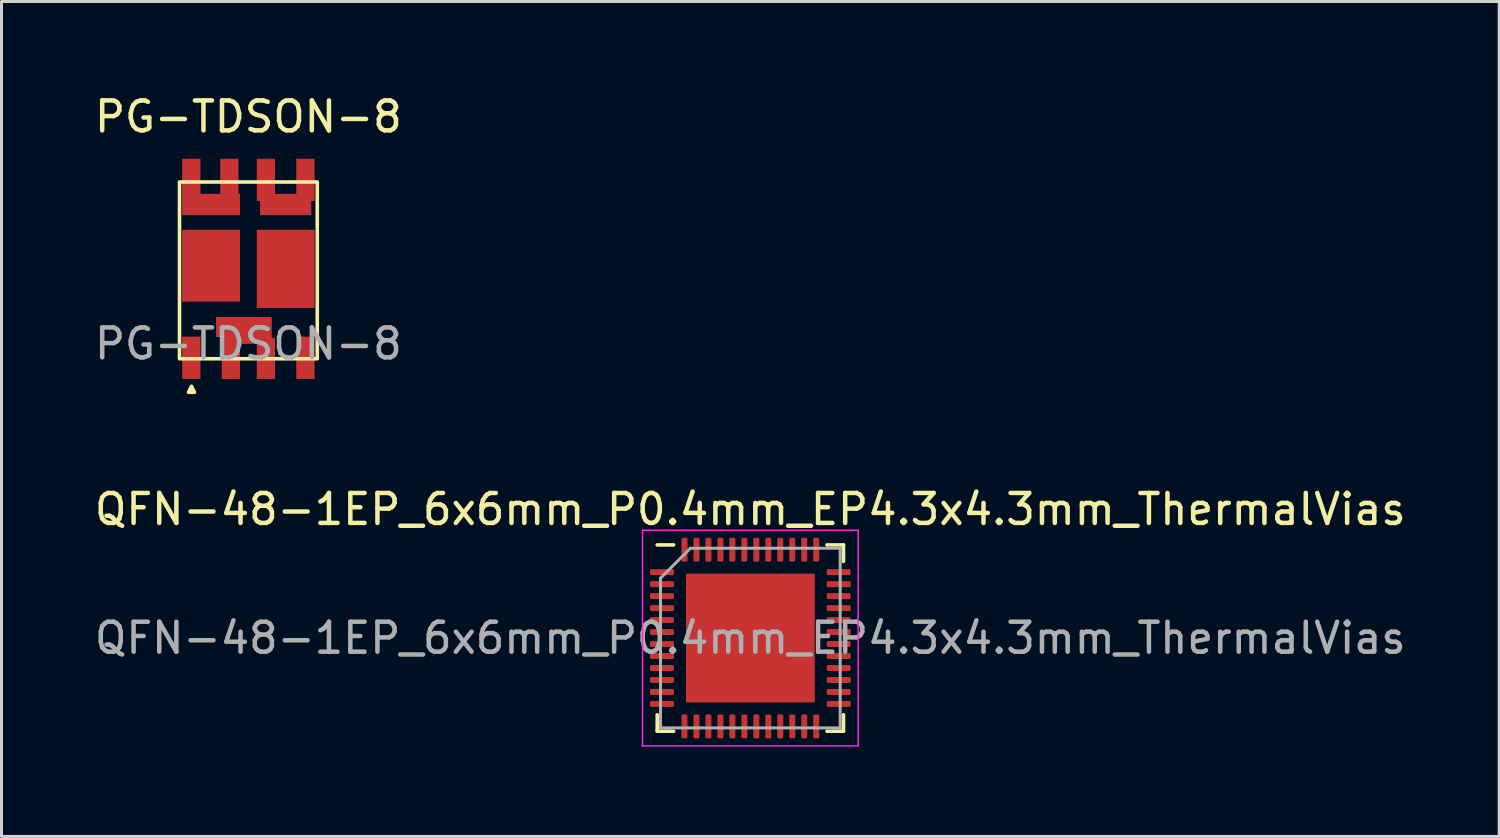
<source format=kicad_pcb>
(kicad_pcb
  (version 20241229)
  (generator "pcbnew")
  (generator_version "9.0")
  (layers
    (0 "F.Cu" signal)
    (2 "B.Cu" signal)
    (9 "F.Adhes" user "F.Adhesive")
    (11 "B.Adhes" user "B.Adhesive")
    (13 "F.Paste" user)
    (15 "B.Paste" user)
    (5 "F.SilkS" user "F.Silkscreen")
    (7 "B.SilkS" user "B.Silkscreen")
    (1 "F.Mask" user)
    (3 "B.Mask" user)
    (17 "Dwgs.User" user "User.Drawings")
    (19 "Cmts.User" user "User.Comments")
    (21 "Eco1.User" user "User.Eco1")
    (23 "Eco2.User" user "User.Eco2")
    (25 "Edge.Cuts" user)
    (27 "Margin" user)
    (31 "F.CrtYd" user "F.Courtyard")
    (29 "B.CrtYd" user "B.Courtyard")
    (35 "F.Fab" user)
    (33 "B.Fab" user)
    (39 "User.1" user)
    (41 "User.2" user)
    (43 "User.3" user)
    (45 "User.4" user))
  (footprint "QFN-48-1EP_6x6mm_P0.4mm_EP4.3x4.3mm_ThermalVias"
    (layer "F.Cu")
    (at 22.006 18.256)
    (property "Reference" "QFN-48-1EP_6x6mm_P0.4mm_EP4.3x4.3mm_ThermalVias" (at 0 -4.3 0) (layer "F.SilkS") (effects (font (size 1 1) (thickness 0.15))))
    (attr smd)
    (fp_line (start -3.11 3.11) (end -3.11 2.56) (stroke (width 0.12) (type solid)) (layer "F.SilkS"))
    (fp_line (start -2.56 -3.11) (end -3.11 -3.11) (stroke (width 0.12) (type solid)) (layer "F.SilkS"))
    (fp_line (start -2.56 3.11) (end -3.11 3.11) (stroke (width 0.12) (type solid)) (layer "F.SilkS"))
    (fp_line (start 2.56 -3.11) (end 3.11 -3.11) (stroke (width 0.12) (type solid)) (layer "F.SilkS"))
    (fp_line (start 2.56 3.11) (end 3.11 3.11) (stroke (width 0.12) (type solid)) (layer "F.SilkS"))
    (fp_line (start 3.11 -3.11) (end 3.11 -2.56) (stroke (width 0.12) (type solid)) (layer "F.SilkS"))
    (fp_line (start 3.11 3.11) (end 3.11 2.56) (stroke (width 0.12) (type solid)) (layer "F.SilkS"))
    (fp_line (start -3.6 -3.6) (end -3.6 3.6) (stroke (width 0.05) (type solid)) (layer "F.CrtYd"))
    (fp_line (start -3.6 3.6) (end 3.6 3.6) (stroke (width 0.05) (type solid)) (layer "F.CrtYd"))
    (fp_line (start 3.6 -3.6) (end -3.6 -3.6) (stroke (width 0.05) (type solid)) (layer "F.CrtYd"))
    (fp_line (start 3.6 3.6) (end 3.6 -3.6) (stroke (width 0.05) (type solid)) (layer "F.CrtYd"))
    (fp_line (start -3 -2) (end -2 -3) (stroke (width 0.1) (type solid)) (layer "F.Fab"))
    (fp_line (start -3 3) (end -3 -2) (stroke (width 0.1) (type solid)) (layer "F.Fab"))
    (fp_line (start -2 -3) (end 3 -3) (stroke (width 0.1) (type solid)) (layer "F.Fab"))
    (fp_line (start 3 -3) (end 3 3) (stroke (width 0.1) (type solid)) (layer "F.Fab"))
    (fp_line (start 3 3) (end -3 3) (stroke (width 0.1) (type solid)) (layer "F.Fab"))
    (fp_text user "${REFERENCE}" (at 0 0 0) (layer "F.Fab") (effects (font (size 1 1) (thickness 0.15))))
    (pad "" smd custom (at -1.267 -1.267) (size 1.034 1.034) (layers "F.Paste") (options (anchor circle)) (primitives (gr_poly (pts (xy -0.456 -0.356) (xy -0.356 -0.456) (xy 0.356 -0.456) (xy 0.456 -0.356) (xy 0.456 0.356) (xy 0.356 0.456) (xy -0.356 0.456) (xy -0.456 0.356)) (width 0.243) (fill yes))))
    (pad "" smd custom (at -1.267 0) (size 1.034 1.034) (layers "F.Paste") (options (anchor circle)) (primitives (gr_poly (pts (xy -0.456 -0.356) (xy -0.356 -0.456) (xy 0.356 -0.456) (xy 0.456 -0.356) (xy 0.456 0.356) (xy 0.356 0.456) (xy -0.356 0.456) (xy -0.456 0.356)) (width 0.243) (fill yes))))
    (pad "" smd custom (at -1.267 1.267) (size 1.034 1.034) (layers "F.Paste") (options (anchor circle)) (primitives (gr_poly (pts (xy -0.456 -0.356) (xy -0.356 -0.456) (xy 0.356 -0.456) (xy 0.456 -0.356) (xy 0.456 0.356) (xy 0.356 0.456) (xy -0.356 0.456) (xy -0.456 0.356)) (width 0.243) (fill yes))))
    (pad "" smd custom (at 0 -1.267) (size 1.034 1.034) (layers "F.Paste") (options (anchor circle)) (primitives (gr_poly (pts (xy -0.456 -0.356) (xy -0.356 -0.456) (xy 0.356 -0.456) (xy 0.456 -0.356) (xy 0.456 0.356) (xy 0.356 0.456) (xy -0.356 0.456) (xy -0.456 0.356)) (width 0.243) (fill yes))))
    (pad "" smd custom (at 0 0) (size 1.034 1.034) (layers "F.Paste") (options (anchor circle)) (primitives (gr_poly (pts (xy -0.456 -0.356) (xy -0.356 -0.456) (xy 0.356 -0.456) (xy 0.456 -0.356) (xy 0.456 0.356) (xy 0.356 0.456) (xy -0.356 0.456) (xy -0.456 0.356)) (width 0.243) (fill yes))))
    (pad "" smd custom (at 0 1.267) (size 1.034 1.034) (layers "F.Paste") (options (anchor circle)) (primitives (gr_poly (pts (xy -0.456 -0.356) (xy -0.356 -0.456) (xy 0.356 -0.456) (xy 0.456 -0.356) (xy 0.456 0.356) (xy 0.356 0.456) (xy -0.356 0.456) (xy -0.456 0.356)) (width 0.243) (fill yes))))
    (pad "" smd custom (at 1.267 -1.267) (size 1.034 1.034) (layers "F.Paste") (options (anchor circle)) (primitives (gr_poly (pts (xy -0.456 -0.356) (xy -0.356 -0.456) (xy 0.356 -0.456) (xy 0.456 -0.356) (xy 0.456 0.356) (xy 0.356 0.456) (xy -0.356 0.456) (xy -0.456 0.356)) (width 0.243) (fill yes))))
    (pad "" smd custom (at 1.267 0) (size 1.034 1.034) (layers "F.Paste") (options (anchor circle)) (primitives (gr_poly (pts (xy -0.456 -0.356) (xy -0.356 -0.456) (xy 0.356 -0.456) (xy 0.456 -0.356) (xy 0.456 0.356) (xy 0.356 0.456) (xy -0.356 0.456) (xy -0.456 0.356)) (width 0.243) (fill yes))))
    (pad "" smd custom (at 1.267 1.267) (size 1.034 1.034) (layers "F.Paste") (options (anchor circle)) (primitives (gr_poly (pts (xy -0.456 -0.356) (xy -0.356 -0.456) (xy 0.356 -0.456) (xy 0.456 -0.356) (xy 0.456 0.356) (xy 0.356 0.456) (xy -0.356 0.456) (xy -0.456 0.356)) (width 0.243) (fill yes))))
    (pad "1" smd roundrect (at -2.95 -2.2) (size 0.8 0.2) (layers "F.Cu" "F.Mask" "F.Paste") (roundrect_rratio 0.25))
    (pad "2" smd roundrect (at -2.95 -1.8) (size 0.8 0.2) (layers "F.Cu" "F.Mask" "F.Paste") (roundrect_rratio 0.25))
    (pad "3" smd roundrect (at -2.95 -1.4) (size 0.8 0.2) (layers "F.Cu" "F.Mask" "F.Paste") (roundrect_rratio 0.25))
    (pad "4" smd roundrect (at -2.95 -1) (size 0.8 0.2) (layers "F.Cu" "F.Mask" "F.Paste") (roundrect_rratio 0.25))
    (pad "5" smd roundrect (at -2.95 -0.6) (size 0.8 0.2) (layers "F.Cu" "F.Mask" "F.Paste") (roundrect_rratio 0.25))
    (pad "6" smd roundrect (at -2.95 -0.2) (size 0.8 0.2) (layers "F.Cu" "F.Mask" "F.Paste") (roundrect_rratio 0.25))
    (pad "7" smd roundrect (at -2.95 0.2) (size 0.8 0.2) (layers "F.Cu" "F.Mask" "F.Paste") (roundrect_rratio 0.25))
    (pad "8" smd roundrect (at -2.95 0.6) (size 0.8 0.2) (layers "F.Cu" "F.Mask" "F.Paste") (roundrect_rratio 0.25))
    (pad "9" smd roundrect (at -2.95 1) (size 0.8 0.2) (layers "F.Cu" "F.Mask" "F.Paste") (roundrect_rratio 0.25))
    (pad "10" smd roundrect (at -2.95 1.4) (size 0.8 0.2) (layers "F.Cu" "F.Mask" "F.Paste") (roundrect_rratio 0.25))
    (pad "11" smd roundrect (at -2.95 1.8) (size 0.8 0.2) (layers "F.Cu" "F.Mask" "F.Paste") (roundrect_rratio 0.25))
    (pad "12" smd roundrect (at -2.95 2.2) (size 0.8 0.2) (layers "F.Cu" "F.Mask" "F.Paste") (roundrect_rratio 0.25))
    (pad "13" smd roundrect (at -2.2 2.95) (size 0.2 0.8) (layers "F.Cu" "F.Mask" "F.Paste") (roundrect_rratio 0.25))
    (pad "14" smd roundrect (at -1.8 2.95) (size 0.2 0.8) (layers "F.Cu" "F.Mask" "F.Paste") (roundrect_rratio 0.25))
    (pad "15" smd roundrect (at -1.4 2.95) (size 0.2 0.8) (layers "F.Cu" "F.Mask" "F.Paste") (roundrect_rratio 0.25))
    (pad "16" smd roundrect (at -1 2.95) (size 0.2 0.8) (layers "F.Cu" "F.Mask" "F.Paste") (roundrect_rratio 0.25))
    (pad "17" smd roundrect (at -0.6 2.95) (size 0.2 0.8) (layers "F.Cu" "F.Mask" "F.Paste") (roundrect_rratio 0.25))
    (pad "18" smd roundrect (at -0.2 2.95) (size 0.2 0.8) (layers "F.Cu" "F.Mask" "F.Paste") (roundrect_rratio 0.25))
    (pad "19" smd roundrect (at 0.2 2.95) (size 0.2 0.8) (layers "F.Cu" "F.Mask" "F.Paste") (roundrect_rratio 0.25))
    (pad "20" smd roundrect (at 0.6 2.95) (size 0.2 0.8) (layers "F.Cu" "F.Mask" "F.Paste") (roundrect_rratio 0.25))
    (pad "21" smd roundrect (at 1 2.95) (size 0.2 0.8) (layers "F.Cu" "F.Mask" "F.Paste") (roundrect_rratio 0.25))
    (pad "22" smd roundrect (at 1.4 2.95) (size 0.2 0.8) (layers "F.Cu" "F.Mask" "F.Paste") (roundrect_rratio 0.25))
    (pad "23" smd roundrect (at 1.8 2.95) (size 0.2 0.8) (layers "F.Cu" "F.Mask" "F.Paste") (roundrect_rratio 0.25))
    (pad "24" smd roundrect (at 2.2 2.95) (size 0.2 0.8) (layers "F.Cu" "F.Mask" "F.Paste") (roundrect_rratio 0.25))
    (pad "25" smd roundrect (at 2.95 2.2) (size 0.8 0.2) (layers "F.Cu" "F.Mask" "F.Paste") (roundrect_rratio 0.25))
    (pad "26" smd roundrect (at 2.95 1.8) (size 0.8 0.2) (layers "F.Cu" "F.Mask" "F.Paste") (roundrect_rratio 0.25))
    (pad "27" smd roundrect (at 2.95 1.4) (size 0.8 0.2) (layers "F.Cu" "F.Mask" "F.Paste") (roundrect_rratio 0.25))
    (pad "28" smd roundrect (at 2.95 1) (size 0.8 0.2) (layers "F.Cu" "F.Mask" "F.Paste") (roundrect_rratio 0.25))
    (pad "29" smd roundrect (at 2.95 0.6) (size 0.8 0.2) (layers "F.Cu" "F.Mask" "F.Paste") (roundrect_rratio 0.25))
    (pad "30" smd roundrect (at 2.95 0.2) (size 0.8 0.2) (layers "F.Cu" "F.Mask" "F.Paste") (roundrect_rratio 0.25))
    (pad "31" smd roundrect (at 2.95 -0.2) (size 0.8 0.2) (layers "F.Cu" "F.Mask" "F.Paste") (roundrect_rratio 0.25))
    (pad "32" smd roundrect (at 2.95 -0.6) (size 0.8 0.2) (layers "F.Cu" "F.Mask" "F.Paste") (roundrect_rratio 0.25))
    (pad "33" smd roundrect (at 2.95 -1) (size 0.8 0.2) (layers "F.Cu" "F.Mask" "F.Paste") (roundrect_rratio 0.25))
    (pad "34" smd roundrect (at 2.95 -1.4) (size 0.8 0.2) (layers "F.Cu" "F.Mask" "F.Paste") (roundrect_rratio 0.25))
    (pad "35" smd roundrect (at 2.95 -1.8) (size 0.8 0.2) (layers "F.Cu" "F.Mask" "F.Paste") (roundrect_rratio 0.25))
    (pad "36" smd roundrect (at 2.95 -2.2) (size 0.8 0.2) (layers "F.Cu" "F.Mask" "F.Paste") (roundrect_rratio 0.25))
    (pad "37" smd roundrect (at 2.2 -2.95) (size 0.2 0.8) (layers "F.Cu" "F.Mask" "F.Paste") (roundrect_rratio 0.25))
    (pad "38" smd roundrect (at 1.8 -2.95) (size 0.2 0.8) (layers "F.Cu" "F.Mask" "F.Paste") (roundrect_rratio 0.25))
    (pad "39" smd roundrect (at 1.4 -2.95) (size 0.2 0.8) (layers "F.Cu" "F.Mask" "F.Paste") (roundrect_rratio 0.25))
    (pad "40" smd roundrect (at 1 -2.95) (size 0.2 0.8) (layers "F.Cu" "F.Mask" "F.Paste") (roundrect_rratio 0.25))
    (pad "41" smd roundrect (at 0.6 -2.95) (size 0.2 0.8) (layers "F.Cu" "F.Mask" "F.Paste") (roundrect_rratio 0.25))
    (pad "42" smd roundrect (at 0.2 -2.95) (size 0.2 0.8) (layers "F.Cu" "F.Mask" "F.Paste") (roundrect_rratio 0.25))
    (pad "43" smd roundrect (at -0.2 -2.95) (size 0.2 0.8) (layers "F.Cu" "F.Mask" "F.Paste") (roundrect_rratio 0.25))
    (pad "44" smd roundrect (at -0.6 -2.95) (size 0.2 0.8) (layers "F.Cu" "F.Mask" "F.Paste") (roundrect_rratio 0.25))
    (pad "45" smd roundrect (at -1 -2.95) (size 0.2 0.8) (layers "F.Cu" "F.Mask" "F.Paste") (roundrect_rratio 0.25))
    (pad "46" smd roundrect (at -1.4 -2.95) (size 0.2 0.8) (layers "F.Cu" "F.Mask" "F.Paste") (roundrect_rratio 0.25))
    (pad "47" smd roundrect (at -1.8 -2.95) (size 0.2 0.8) (layers "F.Cu" "F.Mask" "F.Paste") (roundrect_rratio 0.25))
    (pad "48" smd roundrect (at -2.2 -2.95) (size 0.2 0.8) (layers "F.Cu" "F.Mask" "F.Paste") (roundrect_rratio 0.25))
    (pad "EP" smd rect (at 0 0) (size 4.3 4.3) (layers "F.Cu" "F.Mask")))
  (footprint "PG-TDSON-8"
    (layer "F.Cu")
    (at 5.244 5.928)
    (property "Reference" "PG-TDSON-8" (at 0 -5.08 0) (unlocked yes) (layer "F.SilkS") (effects (font (size 1 1) (thickness 0.15))))
    (attr smd)
    (fp_rect (start -2.3 -2.9) (end 2.3 3) (stroke (width 0.12) (type default)) (fill no) (layer "F.SilkS"))
    (fp_poly (pts (xy -2 4.12) (xy -1.9 3.92) (xy -1.8 4.12)) (stroke (width 0.12) (type solid)) (fill yes) (layer "F.SilkS"))
    (fp_rect (start -2.15 -3.615) (end -1.66 -2.535) (stroke (width 0) (type solid)) (fill yes) (layer "F.Paste"))
    (fp_rect (start -1.948 -2.36) (end -0.512 -1.94) (stroke (width 0) (type solid)) (fill yes) (layer "F.Paste"))
    (fp_rect (start -1.895 -0.985) (end -0.595 -0.305) (stroke (width 0) (type solid)) (fill yes) (layer "F.Paste"))
    (fp_rect (start -1.895 0.095) (end -0.595 0.775) (stroke (width 0) (type solid)) (fill yes) (layer "F.Paste"))
    (fp_rect (start -0.94 1.71) (end 0.65 2.16) (stroke (width 0) (type solid)) (fill yes) (layer "F.Paste"))
    (fp_rect (start -0.88 -3.615) (end -0.39 -2.535) (stroke (width 0) (type solid)) (fill yes) (layer "F.Paste"))
    (fp_rect (start -0.83 2.32) (end -0.34 3.63) (stroke (width 0) (type solid)) (fill yes) (layer "F.Paste"))
    (fp_rect (start 0.34 -3.615) (end 0.83 -2.535) (stroke (width 0) (type solid)) (fill yes) (layer "F.Paste"))
    (fp_rect (start 0.35 2.37) (end 0.84 3.63) (stroke (width 0) (type solid)) (fill yes) (layer "F.Paste"))
    (fp_rect (start 0.595 -1.005) (end 1.895 -0.225) (stroke (width 0) (type solid)) (fill yes) (layer "F.Paste"))
    (fp_rect (start 0.595 0.225) (end 1.895 1.005) (stroke (width 0) (type solid)) (fill yes) (layer "F.Paste"))
    (fp_rect (start 0.795 -2.36) (end 1.705 -1.91) (stroke (width 0) (type solid)) (fill yes) (layer "F.Paste"))
    (fp_rect (start 1.66 -3.605) (end 2.15 -2.525) (stroke (width 0) (type solid)) (fill yes) (layer "F.Paste"))
    (fp_text user "${REFERENCE}" (at 0 2.5 0) (unlocked yes) (layer "F.Fab") (effects (font (size 1 1) (thickness 0.15))))
    (pad "DH" smd custom (at -1.21 -0.12) (size 0.1 0.1) (layers "F.Cu" "F.Mask") (options (anchor rect)) (primitives (gr_poly (pts (xy 0.925 1.21) (xy -0.995 1.21) (xy -0.995 -1.18) (xy 0.925 -1.18)) (width 0.01) (fill yes))))
    (pad "DH" smd custom (at -0.65 -2.95) (size 0.1 0.1) (layers "F.Cu" "F.Mask") (options (anchor rect)) (primitives (gr_poly (pts (xy 0.315 -0.72) (xy 0.315 0.45) (xy 0.365 0.45) (xy 0.365 1.15) (xy -1.555 1.15) (xy -1.555 -0.72) (xy -0.955 -0.72) (xy -0.955 0.45) (xy -0.285 0.45) (xy -0.285 -0.72)) (width 0.01) (fill yes))))
    (pad "GH" smd custom (at -1.92 2.89) (size 0.1 0.1) (layers "F.Cu" "F.Mask" "F.Paste") (options (anchor rect)) (primitives (gr_poly (pts (xy 0.315 0.78) (xy -0.285 0.78) (xy -0.285 -0.62) (xy 0.315 -0.62)) (width 0.01) (fill yes))))
    (pad "GL" smd custom (at 1.91 2.96) (size 0.1 0.1) (layers "F.Cu" "F.Mask" "F.Paste") (options (anchor rect)) (primitives (gr_poly (pts (xy 0.295 0.71) (xy -0.305 0.71) (xy -0.305 -0.69) (xy 0.295 -0.69)) (width 0.01) (fill yes))))
    (pad "SL" smd custom (at 1.9 -2.97) (size 0.1 0.1) (layers "F.Cu" "F.Mask") (options (anchor rect)) (primitives (gr_poly (pts (xy 0.195 1.17) (xy -1.505 1.17) (xy -1.505 0.7) (xy -1.615 0.7) (xy -1.615 -0.7) (xy -1.015 -0.7) (xy -1.015 0.47) (xy -0.295 0.47) (xy -0.295 -0.7) (xy 0.305 -0.7) (xy 0.305 0.7) (xy 0.195 0.7)) (width 0.01) (fill yes))))
    (pad "SW" smd custom (at 0.36 1.82) (size 0.1 0.1) (layers "F.Cu" "F.Mask") (options (anchor rect)) (primitives (gr_poly (pts (xy -1.245 1.85) (xy -0.645 1.85) (xy -0.645 0.68) (xy -0.075 0.68) (xy -0.075 1.85) (xy 0.525 1.85) (xy 0.525 0.49) (xy 0.415 0.49) (xy 0.415 -0.21) (xy -1.435 -0.21) (xy -1.435 0.45) (xy -1.245 0.45)) (width 0.01) (fill yes))))
    (pad "SW" smd custom (at 1.26 -0.13) (size 0.1 0.1) (layers "F.Cu" "F.Mask") (options (anchor rect)) (primitives (gr_poly (pts (xy 0.945 1.43) (xy -0.975 1.43) (xy -0.975 -1.17) (xy 0.945 -1.17)) (width 0.01) (fill yes))))
    (zone (net_name "") (layer "F.Cu") (hatch edge 0.5) (connect_pads) (min_thickness 0.25) (filled_areas_thickness no) (keepout (tracks not_allowed) (vias not_allowed) (pads not_allowed) (copperpour allowed) (footprints allowed)) (placement (enabled no)) (fill) (polygon (pts (xy 3.039 4.128) (xy 3.039 4.628) (xy 4.959 4.628) (xy 4.959 4.128))))
    (zone (net_name "") (layer "F.Cu") (hatch edge 0.5) (connect_pads) (min_thickness 0.25) (filled_areas_thickness no) (keepout (tracks not_allowed) (vias not_allowed) (pads not_allowed) (copperpour allowed) (footprints allowed)) (placement (enabled no)) (fill) (polygon (pts (xy 5.529 7.228) (xy 6.019 7.228) (xy 6.019 7.538) (xy 5.529 7.538)))))
  (gr_rect
    (start -3 -3)
    (end 47.012 24.881)
    (stroke (width 0.1) (type default))
    (fill no)
    (layer "Edge.Cuts")))
</source>
